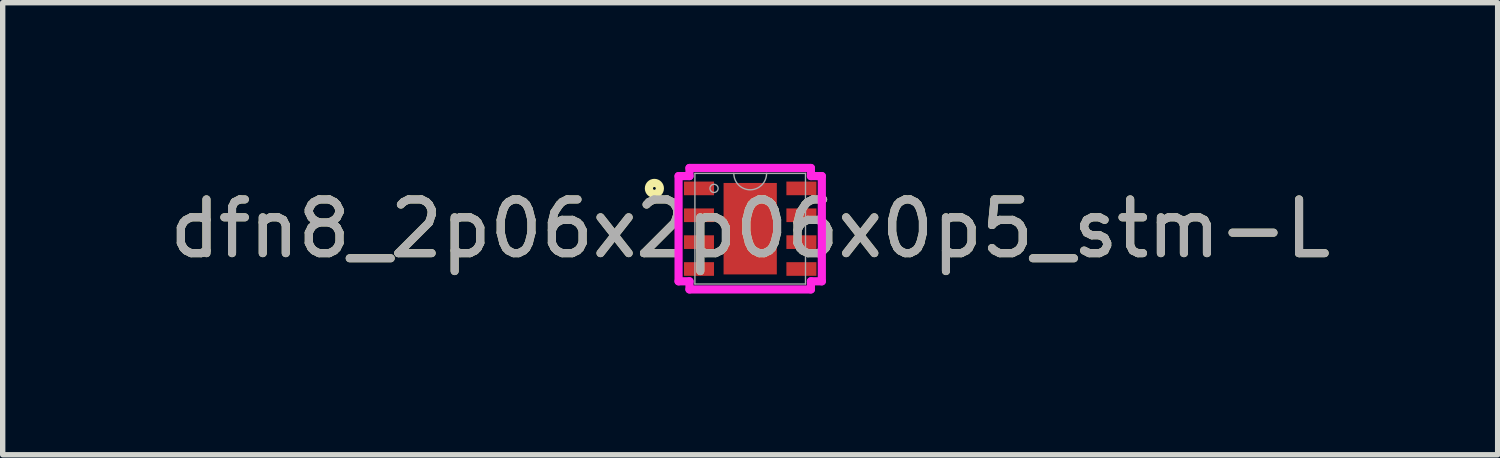
<source format=kicad_pcb>
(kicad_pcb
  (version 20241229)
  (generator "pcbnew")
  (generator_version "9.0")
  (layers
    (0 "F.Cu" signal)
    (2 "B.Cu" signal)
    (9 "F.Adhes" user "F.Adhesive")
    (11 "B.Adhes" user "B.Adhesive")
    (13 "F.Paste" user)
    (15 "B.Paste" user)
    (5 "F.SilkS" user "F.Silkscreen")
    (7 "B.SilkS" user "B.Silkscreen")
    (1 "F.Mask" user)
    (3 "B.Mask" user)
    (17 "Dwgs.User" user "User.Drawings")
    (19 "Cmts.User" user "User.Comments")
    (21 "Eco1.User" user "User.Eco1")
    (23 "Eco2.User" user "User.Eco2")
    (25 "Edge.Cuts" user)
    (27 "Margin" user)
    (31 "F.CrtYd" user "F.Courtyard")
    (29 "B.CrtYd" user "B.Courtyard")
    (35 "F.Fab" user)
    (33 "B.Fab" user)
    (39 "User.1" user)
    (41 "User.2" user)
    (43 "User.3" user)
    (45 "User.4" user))
  (footprint "dfn8_2p06x2p06x0p5_stm-L"
    (layer "F.Cu")
    (at 10.911 1.206)
    (property "Reference" "dfn8_2p06x2p06x0p5_stm-L" (at 0 0 0) (unlocked yes) (layer "F.SilkS") (effects (font (size 1 1) (thickness 0.15))))
    (attr smd)
    (fp_circle (center -1.783 -0.75) (end -1.681 -0.75) (stroke (width 0.152) (type solid)) (fill no) (layer "F.SilkS"))
    (fp_line (start -1.333 -0.979) (end -1.13 -0.979) (stroke (width 0.152) (type solid)) (layer "F.CrtYd"))
    (fp_line (start -1.333 0.979) (end -1.333 -0.979) (stroke (width 0.152) (type solid)) (layer "F.CrtYd"))
    (fp_line (start -1.333 0.979) (end -1.13 0.979) (stroke (width 0.152) (type solid)) (layer "F.CrtYd"))
    (fp_line (start -1.13 -1.13) (end 1.13 -1.13) (stroke (width 0.152) (type solid)) (layer "F.CrtYd"))
    (fp_line (start -1.13 -0.979) (end -1.13 -1.13) (stroke (width 0.152) (type solid)) (layer "F.CrtYd"))
    (fp_line (start -1.13 1.13) (end -1.13 0.979) (stroke (width 0.152) (type solid)) (layer "F.CrtYd"))
    (fp_line (start 1.13 -1.13) (end 1.13 -0.979) (stroke (width 0.152) (type solid)) (layer "F.CrtYd"))
    (fp_line (start 1.13 0.979) (end 1.13 1.13) (stroke (width 0.152) (type solid)) (layer "F.CrtYd"))
    (fp_line (start 1.13 1.13) (end -1.13 1.13) (stroke (width 0.152) (type solid)) (layer "F.CrtYd"))
    (fp_line (start 1.333 -0.979) (end 1.13 -0.979) (stroke (width 0.152) (type solid)) (layer "F.CrtYd"))
    (fp_line (start 1.333 -0.979) (end 1.333 0.979) (stroke (width 0.152) (type solid)) (layer "F.CrtYd"))
    (fp_line (start 1.333 0.979) (end 1.13 0.979) (stroke (width 0.152) (type solid)) (layer "F.CrtYd"))
    (fp_line (start -1.029 -1.029) (end -1.029 1.029) (stroke (width 0.025) (type solid)) (layer "F.Fab"))
    (fp_line (start -1.029 1.029) (end 1.029 1.029) (stroke (width 0.025) (type solid)) (layer "F.Fab"))
    (fp_line (start 1.029 -1.029) (end -1.029 -1.029) (stroke (width 0.025) (type solid)) (layer "F.Fab"))
    (fp_line (start 1.029 1.029) (end 1.029 -1.029) (stroke (width 0.025) (type solid)) (layer "F.Fab"))
    (fp_arc (start 0.3048 -1.0287) (mid 0 -0.7239) (end -0.3048 -1.0287) (stroke (width 0.0254) (type solid)) (layer "F.Fab"))
    (fp_circle (center -0.673 -0.75) (end -0.597 -0.75) (stroke (width 0.025) (type solid)) (fill no) (layer "F.Fab"))
    (fp_text user "${REFERENCE}" (at 0 0 0) (unlocked yes) (layer "F.Fab") (effects (font (size 1 1) (thickness 0.15))))
    (pad "1" smd rect (at -0.953 -0.75) (size 0.559 0.254) (layers "F.Cu" "F.Mask" "F.Paste"))
    (pad "2" smd rect (at -0.953 -0.25) (size 0.559 0.254) (layers "F.Cu" "F.Mask" "F.Paste"))
    (pad "3" smd rect (at -0.953 0.25) (size 0.559 0.254) (layers "F.Cu" "F.Mask" "F.Paste"))
    (pad "4" smd rect (at -0.953 0.75) (size 0.559 0.254) (layers "F.Cu" "F.Mask" "F.Paste"))
    (pad "5" smd rect (at 0.953 0.75) (size 0.559 0.254) (layers "F.Cu" "F.Mask" "F.Paste"))
    (pad "6" smd rect (at 0.953 0.25) (size 0.559 0.254) (layers "F.Cu" "F.Mask" "F.Paste"))
    (pad "7" smd rect (at 0.953 -0.25) (size 0.559 0.254) (layers "F.Cu" "F.Mask" "F.Paste"))
    (pad "8" smd rect (at 0.953 -0.75) (size 0.559 0.254) (layers "F.Cu" "F.Mask" "F.Paste"))
    (pad "9" smd rect (at 0 0) (size 0.991 1.702) (layers "F.Cu" "F.Mask" "F.Paste")))
  (gr_rect
    (start -3 -3)
    (end 24.821 5.413)
    (stroke (width 0.1) (type default))
    (fill no)
    (layer "Edge.Cuts")))
</source>
